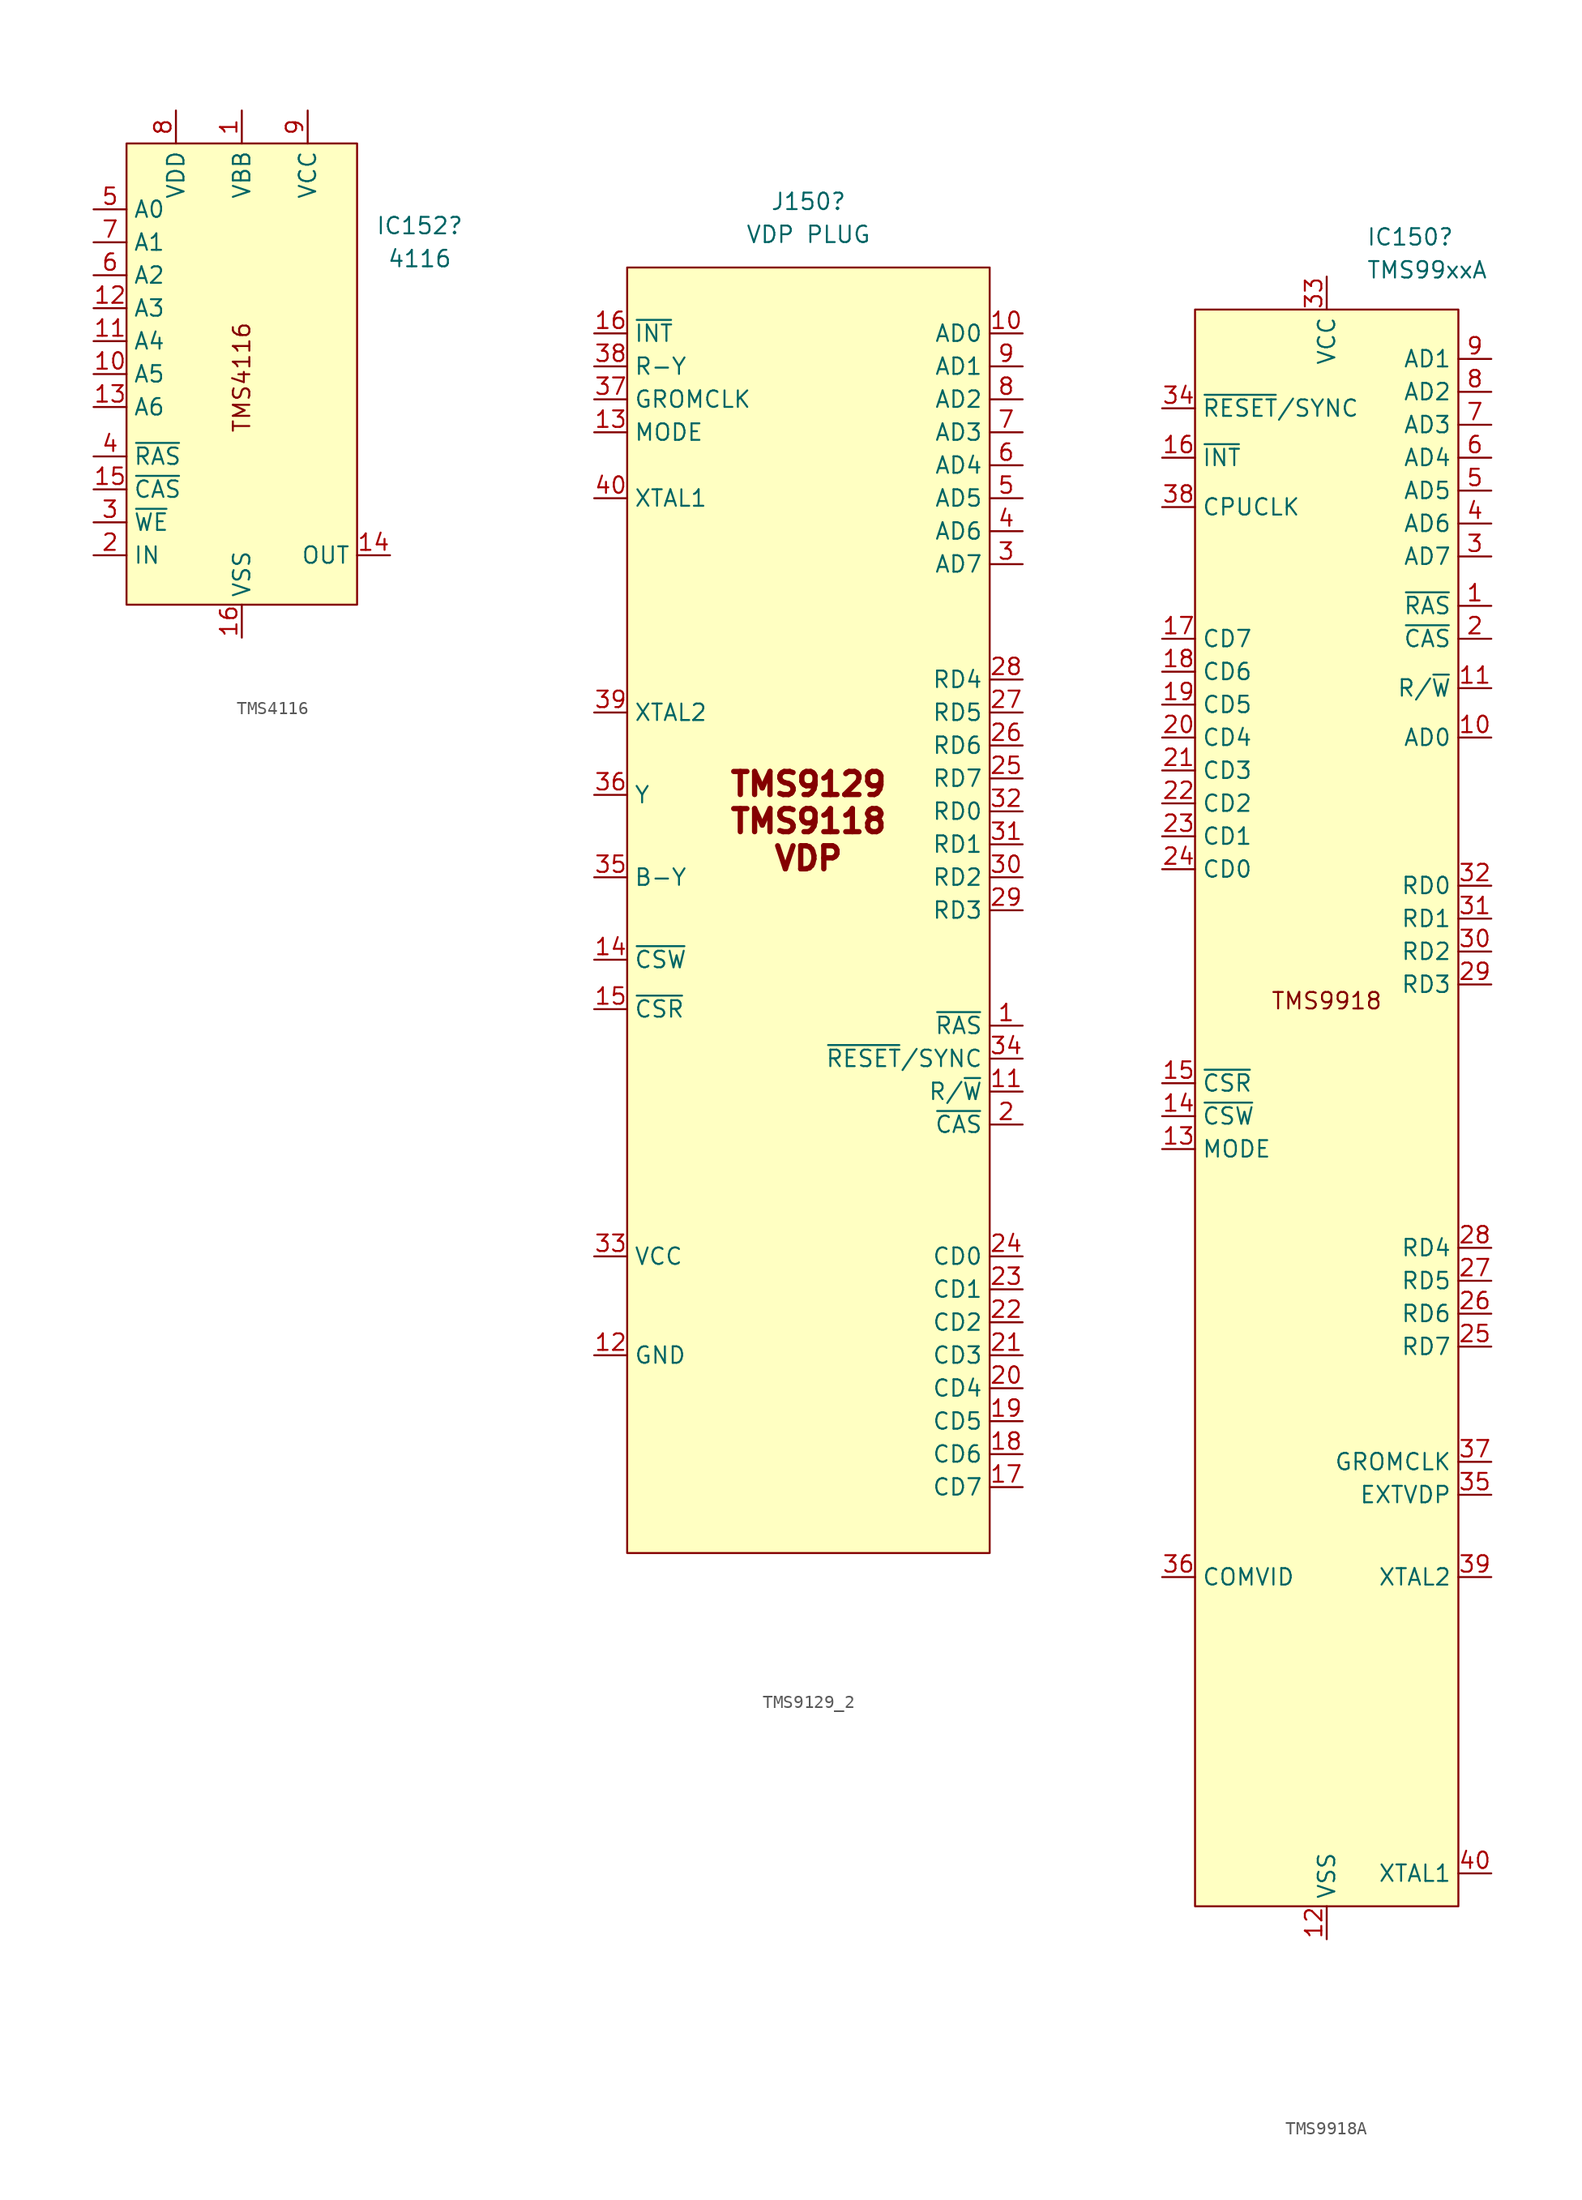
<source format=kicad_sym>
(kicad_symbol_lib
  (version 20241209)
  (generator "kicad_symbol_editor")
  (generator_version "9.0")
  (symbol "TMS4116"
    (property "Reference" "IC152"
      (at 13.716 11.43 0)
      (effects (font (size 1.27 1.27))))
    (property "Value" "4116"
      (at 13.716 8.89 0)
      (effects (font (size 1.27 1.27))))
    (symbol "TMS4116_1_0"
      (pin input line (at -11.43 12.7 0) (length 2.54) (name "A0" (effects (font (size 1.27 1.27)))) (number "5" (effects (font (size 1.27 1.27)))))
      (pin input line (at -11.43 10.16 0) (length 2.54) (name "A1" (effects (font (size 1.27 1.27)))) (number "7" (effects (font (size 1.27 1.27)))))
      (pin input line (at -11.43 7.62 0) (length 2.54) (name "A2" (effects (font (size 1.27 1.27)))) (number "6" (effects (font (size 1.27 1.27)))))
      (pin input line (at -11.43 5.08 0) (length 2.54) (name "A3" (effects (font (size 1.27 1.27)))) (number "12" (effects (font (size 1.27 1.27)))))
      (pin input line (at -11.43 2.54 0) (length 2.54) (name "A4" (effects (font (size 1.27 1.27)))) (number "11" (effects (font (size 1.27 1.27)))))
      (pin input line (at -11.43 0 0) (length 2.54) (name "A5" (effects (font (size 1.27 1.27)))) (number "10" (effects (font (size 1.27 1.27)))))
      (pin input line (at -11.43 -2.54 0) (length 2.54) (name "A6" (effects (font (size 1.27 1.27)))) (number "13" (effects (font (size 1.27 1.27)))))
      (pin input line (at -11.43 -6.35 0) (length 2.54) (name "~{RAS}" (effects (font (size 1.27 1.27)))) (number "4" (effects (font (size 1.27 1.27)))))
      (pin input line (at -11.43 -8.89 0) (length 2.54) (name "~{CAS}" (effects (font (size 1.27 1.27)))) (number "15" (effects (font (size 1.27 1.27)))))
      (pin input line (at -11.43 -11.43 0) (length 2.54) (name "~{WE}" (effects (font (size 1.27 1.27)))) (number "3" (effects (font (size 1.27 1.27)))))
      (pin bidirectional line (at -11.43 -13.97 0) (length 2.54) (name "IN" (effects (font (size 1.27 1.27)))) (number "2" (effects (font (size 1.27 1.27)))))
      (pin power_in line (at -5.08 20.32 270) (length 2.54) (name "VDD" (effects (font (size 1.27 1.27)))) (number "8" (effects (font (size 1.27 1.27)))))
      (pin power_in line (at 0 20.32 270) (length 2.54) (name "VBB" (effects (font (size 1.27 1.27)))) (number "1" (effects (font (size 1.27 1.27)))))
      (pin power_in line (at 0 -20.32 90) (length 2.54) (name "VSS" (effects (font (size 1.27 1.27)))) (number "16" (effects (font (size 1.27 1.27)))))
      (pin power_in line (at 5.08 20.32 270) (length 2.54) (name "VCC" (effects (font (size 1.27 1.27)))) (number "9" (effects (font (size 1.27 1.27)))))
      (pin bidirectional line (at 11.43 -13.97 180) (length 2.54) (name "OUT" (effects (font (size 1.27 1.27)))) (number "14" (effects (font (size 1.27 1.27))))))
    (symbol "TMS4116_1_1"
      (rectangle (start -8.89 17.78) (end 8.89 -17.78) (stroke (width 0) (type default)) (fill (type background)))
      (text "TMS4116" (at 0 -0.254 900) (effects (font (size 1.27 1.27))))))
  (symbol "TMS9129_2"
    (property "Reference" "J150"
      (at 0 57.15 0)
      (effects (font (size 1.27 1.27))))
    (property "Value" "VDP PLUG"
      (at 0 54.61 0)
      (effects (font (size 1.27 1.27))))
    (symbol "TMS9129_2_0_0"
      (pin output line (at 16.51 46.99 180) (length 2.54) (name "AD0" (effects (font (size 1.27 1.27)))) (number "10" (effects (font (size 1.27 1.27)))))
      (pin output line (at 16.51 44.45 180) (length 2.54) (name "AD1" (effects (font (size 1.27 1.27)))) (number "9" (effects (font (size 1.27 1.27)))))
      (pin output line (at 16.51 41.91 180) (length 2.54) (name "AD2" (effects (font (size 1.27 1.27)))) (number "8" (effects (font (size 1.27 1.27)))))
      (pin output line (at 16.51 39.37 180) (length 2.54) (name "AD3" (effects (font (size 1.27 1.27)))) (number "7" (effects (font (size 1.27 1.27)))))
      (pin output line (at 16.51 36.83 180) (length 2.54) (name "AD4" (effects (font (size 1.27 1.27)))) (number "6" (effects (font (size 1.27 1.27)))))
      (pin output line (at 16.51 34.29 180) (length 2.54) (name "AD5" (effects (font (size 1.27 1.27)))) (number "5" (effects (font (size 1.27 1.27)))))
      (pin output line (at 16.51 31.75 180) (length 2.54) (name "AD6" (effects (font (size 1.27 1.27)))) (number "4" (effects (font (size 1.27 1.27)))))
      (pin output line (at 16.51 29.21 180) (length 2.54) (name "AD7" (effects (font (size 1.27 1.27)))) (number "3" (effects (font (size 1.27 1.27)))))
      (pin output line (at 16.51 -6.35 180) (length 2.54) (name "~{RAS}" (effects (font (size 1.27 1.27)))) (number "1" (effects (font (size 1.27 1.27)))))
      (pin input line (at 16.51 -8.89 180) (length 2.54) (name "~{RESET}/SYNC" (effects (font (size 1.27 1.27)))) (number "34" (effects (font (size 1.27 1.27)))))
      (pin output line (at 16.51 -11.43 180) (length 2.54) (name "R/~{W}" (effects (font (size 1.27 1.27)))) (number "11" (effects (font (size 1.27 1.27)))))
      (pin output line (at 16.51 -13.97 180) (length 2.54) (name "~{CAS}" (effects (font (size 1.27 1.27)))) (number "2" (effects (font (size 1.27 1.27))))))
    (symbol "TMS9129_2_1_0"
      (pin output line (at -16.51 46.99 0) (length 2.54) (name "~{INT}" (effects (font (size 1.27 1.27)))) (number "16" (effects (font (size 1.27 1.27)))))
      (pin output line (at -16.51 44.45 0) (length 2.54) (name "R-Y" (effects (font (size 1.27 1.27)))) (number "38" (effects (font (size 1.27 1.27)))))
      (pin output line (at -16.51 41.91 0) (length 2.54) (name "GROMCLK" (effects (font (size 1.27 1.27)))) (number "37" (effects (font (size 1.27 1.27)))))
      (pin input line (at -16.51 39.37 0) (length 2.54) (name "MODE" (effects (font (size 1.27 1.27)))) (number "13" (effects (font (size 1.27 1.27)))))
      (pin input line (at -16.51 34.29 0) (length 2.54) (name "XTAL1" (effects (font (size 1.27 1.27)))) (number "40" (effects (font (size 1.27 1.27)))))
      (pin input line (at -16.51 17.78 0) (length 2.54) (name "XTAL2" (effects (font (size 1.27 1.27)))) (number "39" (effects (font (size 1.27 1.27)))))
      (pin output line (at -16.51 11.43 0) (length 2.54) (name "Y" (effects (font (size 1.27 1.27)))) (number "36" (effects (font (size 1.27 1.27)))))
      (pin bidirectional line (at -16.51 5.08 0) (length 2.54) (name "B-Y" (effects (font (size 1.27 1.27)))) (number "35" (effects (font (size 1.27 1.27)))))
      (pin input line (at -16.51 -1.27 0) (length 2.54) (name "~{CSW}" (effects (font (size 1.27 1.27)))) (number "14" (effects (font (size 1.27 1.27)))))
      (pin input line (at -16.51 -5.08 0) (length 2.54) (name "~{CSR}" (effects (font (size 1.27 1.27)))) (number "15" (effects (font (size 1.27 1.27)))))
      (pin power_in line (at -16.51 -24.13 0) (length 2.54) (name "VCC" (effects (font (size 1.27 1.27)))) (number "33" (effects (font (size 1.27 1.27)))))
      (pin power_in line (at -16.51 -31.75 0) (length 2.54) (name "GND" (effects (font (size 1.27 1.27)))) (number "12" (effects (font (size 1.27 1.27)))))
      (pin input line (at 16.51 20.32 180) (length 2.54) (name "RD4" (effects (font (size 1.27 1.27)))) (number "28" (effects (font (size 1.27 1.27)))))
      (pin input line (at 16.51 17.78 180) (length 2.54) (name "RD5" (effects (font (size 1.27 1.27)))) (number "27" (effects (font (size 1.27 1.27)))))
      (pin input line (at 16.51 15.24 180) (length 2.54) (name "RD6" (effects (font (size 1.27 1.27)))) (number "26" (effects (font (size 1.27 1.27)))))
      (pin input line (at 16.51 12.7 180) (length 2.54) (name "RD7" (effects (font (size 1.27 1.27)))) (number "25" (effects (font (size 1.27 1.27)))))
      (pin input line (at 16.51 10.16 180) (length 2.54) (name "RD0" (effects (font (size 1.27 1.27)))) (number "32" (effects (font (size 1.27 1.27)))))
      (pin input line (at 16.51 7.62 180) (length 2.54) (name "RD1" (effects (font (size 1.27 1.27)))) (number "31" (effects (font (size 1.27 1.27)))))
      (pin input line (at 16.51 5.08 180) (length 2.54) (name "RD2" (effects (font (size 1.27 1.27)))) (number "30" (effects (font (size 1.27 1.27)))))
      (pin input line (at 16.51 2.54 180) (length 2.54) (name "RD3" (effects (font (size 1.27 1.27)))) (number "29" (effects (font (size 1.27 1.27)))))
      (pin bidirectional line (at 16.51 -24.13 180) (length 2.54) (name "CD0" (effects (font (size 1.27 1.27)))) (number "24" (effects (font (size 1.27 1.27)))))
      (pin bidirectional line (at 16.51 -26.67 180) (length 2.54) (name "CD1" (effects (font (size 1.27 1.27)))) (number "23" (effects (font (size 1.27 1.27)))))
      (pin bidirectional line (at 16.51 -29.21 180) (length 2.54) (name "CD2" (effects (font (size 1.27 1.27)))) (number "22" (effects (font (size 1.27 1.27)))))
      (pin bidirectional line (at 16.51 -31.75 180) (length 2.54) (name "CD3" (effects (font (size 1.27 1.27)))) (number "21" (effects (font (size 1.27 1.27)))))
      (pin bidirectional line (at 16.51 -34.29 180) (length 2.54) (name "CD4" (effects (font (size 1.27 1.27)))) (number "20" (effects (font (size 1.27 1.27)))))
      (pin bidirectional line (at 16.51 -36.83 180) (length 2.54) (name "CD5" (effects (font (size 1.27 1.27)))) (number "19" (effects (font (size 1.27 1.27)))))
      (pin bidirectional line (at 16.51 -39.37 180) (length 2.54) (name "CD6" (effects (font (size 1.27 1.27)))) (number "18" (effects (font (size 1.27 1.27)))))
      (pin bidirectional line (at 16.51 -41.91 180) (length 2.54) (name "CD7" (effects (font (size 1.27 1.27)))) (number "17" (effects (font (size 1.27 1.27))))))
    (symbol "TMS9129_2_1_1"
      (rectangle (start -13.97 52.07) (end 13.97 -46.99) (stroke (width 0) (type default)) (fill (type background)))
      (text "TMS9129\nTMS9118\nVDP" (at 0 9.398 0) (effects (font (size 1.778 1.778) (thickness 0.406) (bold yes))))))
  (symbol "TMS9918A"
    (property "Reference" "IC150"
      (at 3.048 67.818 0)
      (effects (font (size 1.27 1.27)) (justify left)))
    (property "Value" "TMS99xxA"
      (at 3.048 65.278 0)
      (effects (font (size 1.27 1.27)) (justify left)))
    (symbol "TMS9918A_0_0"
      (pin input line (at -12.7 54.61 0) (length 2.54) (name "~{RESET}/SYNC" (effects (font (size 1.27 1.27)))) (number "34" (effects (font (size 1.27 1.27)))))
      (pin passive line (at -12.7 50.8 0) (length 2.54) (name "~{INT}" (effects (font (size 1.27 1.27)))) (number "16" (effects (font (size 1.27 1.27)))))
      (pin output line (at -12.7 36.83 0) (length 2.54) (name "CD7" (effects (font (size 1.27 1.27)))) (number "17" (effects (font (size 1.27 1.27)))))
      (pin output line (at -12.7 34.29 0) (length 2.54) (name "CD6" (effects (font (size 1.27 1.27)))) (number "18" (effects (font (size 1.27 1.27)))))
      (pin output line (at -12.7 31.75 0) (length 2.54) (name "CD5" (effects (font (size 1.27 1.27)))) (number "19" (effects (font (size 1.27 1.27)))))
      (pin output line (at -12.7 29.21 0) (length 2.54) (name "CD4" (effects (font (size 1.27 1.27)))) (number "20" (effects (font (size 1.27 1.27)))))
      (pin output line (at -12.7 26.67 0) (length 2.54) (name "CD3" (effects (font (size 1.27 1.27)))) (number "21" (effects (font (size 1.27 1.27)))))
      (pin output line (at -12.7 24.13 0) (length 2.54) (name "CD2" (effects (font (size 1.27 1.27)))) (number "22" (effects (font (size 1.27 1.27)))))
      (pin output line (at -12.7 21.59 0) (length 2.54) (name "CD1" (effects (font (size 1.27 1.27)))) (number "23" (effects (font (size 1.27 1.27)))))
      (pin output line (at -12.7 19.05 0) (length 2.54) (name "CD0" (effects (font (size 1.27 1.27)))) (number "24" (effects (font (size 1.27 1.27)))))
      (pin passive line (at -12.7 2.54 0) (length 2.54) (name "~{CSR}" (effects (font (size 1.27 1.27)))) (number "15" (effects (font (size 1.27 1.27)))))
      (pin passive line (at -12.7 0 0) (length 2.54) (name "~{CSW}" (effects (font (size 1.27 1.27)))) (number "14" (effects (font (size 1.27 1.27)))))
      (pin passive line (at -12.7 -2.54 0) (length 2.54) (name "MODE" (effects (font (size 1.27 1.27)))) (number "13" (effects (font (size 1.27 1.27)))))
      (pin input line (at 0 64.77 270) (length 2.54) (name "VCC" (effects (font (size 1.27 1.27)))) (number "33" (effects (font (size 1.27 1.27)))))
      (pin power_in line (at 0 -63.5 90) (length 2.54) (name "VSS" (effects (font (size 1.27 1.27)))) (number "12" (effects (font (size 1.27 1.27)))))
      (pin output line (at 12.7 58.42 180) (length 2.54) (name "AD1" (effects (font (size 1.27 1.27)))) (number "9" (effects (font (size 1.27 1.27)))))
      (pin output line (at 12.7 55.88 180) (length 2.54) (name "AD2" (effects (font (size 1.27 1.27)))) (number "8" (effects (font (size 1.27 1.27)))))
      (pin output line (at 12.7 53.34 180) (length 2.54) (name "AD3" (effects (font (size 1.27 1.27)))) (number "7" (effects (font (size 1.27 1.27)))))
      (pin output line (at 12.7 50.8 180) (length 2.54) (name "AD4" (effects (font (size 1.27 1.27)))) (number "6" (effects (font (size 1.27 1.27)))))
      (pin output line (at 12.7 48.26 180) (length 2.54) (name "AD5" (effects (font (size 1.27 1.27)))) (number "5" (effects (font (size 1.27 1.27)))))
      (pin output line (at 12.7 45.72 180) (length 2.54) (name "AD6" (effects (font (size 1.27 1.27)))) (number "4" (effects (font (size 1.27 1.27)))))
      (pin output line (at 12.7 43.18 180) (length 2.54) (name "AD7" (effects (font (size 1.27 1.27)))) (number "3" (effects (font (size 1.27 1.27)))))
      (pin output line (at 12.7 39.37 180) (length 2.54) (name "~{RAS}" (effects (font (size 1.27 1.27)))) (number "1" (effects (font (size 1.27 1.27)))))
      (pin output line (at 12.7 36.83 180) (length 2.54) (name "~{CAS}" (effects (font (size 1.27 1.27)))) (number "2" (effects (font (size 1.27 1.27)))))
      (pin output line (at 12.7 33.02 180) (length 2.54) (name "R/~{W}" (effects (font (size 1.27 1.27)))) (number "11" (effects (font (size 1.27 1.27)))))
      (pin output line (at 12.7 29.21 180) (length 2.54) (name "AD0" (effects (font (size 1.27 1.27)))) (number "10" (effects (font (size 1.27 1.27)))))
      (pin bidirectional line (at 12.7 17.78 180) (length 2.54) (name "RD0" (effects (font (size 1.27 1.27)))) (number "32" (effects (font (size 1.27 1.27)))))
      (pin bidirectional line (at 12.7 15.24 180) (length 2.54) (name "RD1" (effects (font (size 1.27 1.27)))) (number "31" (effects (font (size 1.27 1.27)))))
      (pin bidirectional line (at 12.7 12.7 180) (length 2.54) (name "RD2" (effects (font (size 1.27 1.27)))) (number "30" (effects (font (size 1.27 1.27)))))
      (pin bidirectional line (at 12.7 10.16 180) (length 2.54) (name "RD3" (effects (font (size 1.27 1.27)))) (number "29" (effects (font (size 1.27 1.27)))))
      (pin bidirectional line (at 12.7 -10.16 180) (length 2.54) (name "RD4" (effects (font (size 1.27 1.27)))) (number "28" (effects (font (size 1.27 1.27)))))
      (pin bidirectional line (at 12.7 -12.7 180) (length 2.54) (name "RD5" (effects (font (size 1.27 1.27)))) (number "27" (effects (font (size 1.27 1.27)))))
      (pin bidirectional line (at 12.7 -15.24 180) (length 2.54) (name "RD6" (effects (font (size 1.27 1.27)))) (number "26" (effects (font (size 1.27 1.27)))))
      (pin bidirectional line (at 12.7 -17.78 180) (length 2.54) (name "RD7" (effects (font (size 1.27 1.27)))) (number "25" (effects (font (size 1.27 1.27)))))
      (pin passive line (at 12.7 -35.56 180) (length 2.54) (name "XTAL2" (effects (font (size 1.27 1.27)))) (number "39" (effects (font (size 1.27 1.27)))))
      (pin passive line (at 12.7 -58.42 180) (length 2.54) (name "XTAL1" (effects (font (size 1.27 1.27)))) (number "40" (effects (font (size 1.27 1.27))))))
    (symbol "TMS9918A_1_0"
      (pin output line (at -12.7 46.99 0) (length 2.54) (name "CPUCLK" (effects (font (size 1.27 1.27)))) (number "38" (effects (font (size 1.27 1.27)))))
      (pin output line (at -12.7 -35.56 0) (length 2.54) (name "COMVID" (effects (font (size 1.27 1.27)))) (number "36" (effects (font (size 1.27 1.27)))))
      (pin input line (at 12.7 -26.67 180) (length 2.54) (name "GROMCLK" (effects (font (size 1.27 1.27)))) (number "37" (effects (font (size 1.27 1.27)))))
      (pin bidirectional line (at 12.7 -29.21 180) (length 2.54) (name "EXTVDP" (effects (font (size 1.27 1.27)))) (number "35" (effects (font (size 1.27 1.27))))))
    (symbol "TMS9918A_1_1"
      (rectangle (start -10.16 62.23) (end 10.16 -60.96) (stroke (width 0) (type default)) (fill (type background)))
      (text "TMS9918" (at 0 8.89 0) (effects (font (size 1.27 1.27)))))))
</source>
